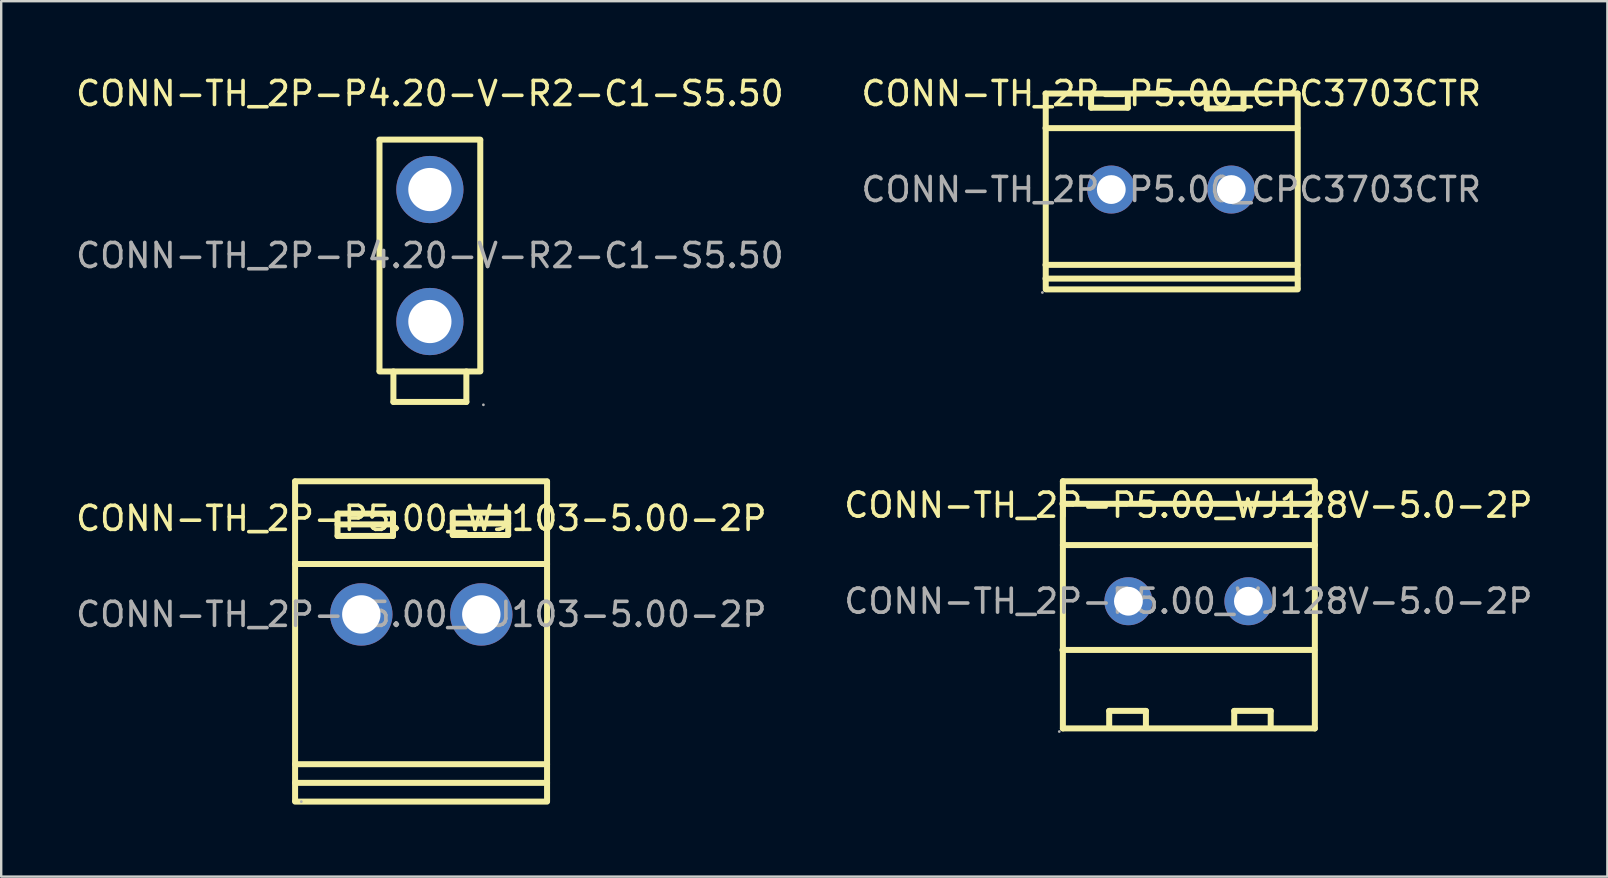
<source format=kicad_pcb>
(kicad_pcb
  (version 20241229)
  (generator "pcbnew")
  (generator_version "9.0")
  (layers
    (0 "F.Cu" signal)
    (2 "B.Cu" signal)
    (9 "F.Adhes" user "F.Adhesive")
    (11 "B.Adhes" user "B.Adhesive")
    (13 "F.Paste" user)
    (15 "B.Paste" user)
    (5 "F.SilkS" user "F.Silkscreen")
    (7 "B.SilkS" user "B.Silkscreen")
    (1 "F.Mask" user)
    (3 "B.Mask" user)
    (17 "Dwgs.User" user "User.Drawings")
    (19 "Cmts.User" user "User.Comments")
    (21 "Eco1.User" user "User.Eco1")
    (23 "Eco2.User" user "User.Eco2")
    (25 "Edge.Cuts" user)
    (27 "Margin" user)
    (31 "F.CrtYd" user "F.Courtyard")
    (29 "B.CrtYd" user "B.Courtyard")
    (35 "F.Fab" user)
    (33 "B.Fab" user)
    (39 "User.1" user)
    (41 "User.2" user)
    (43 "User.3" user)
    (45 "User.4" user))
  (footprint "CONN-TH_2P-P5.00_WJ103-5.00-2P"
    (layer "F.Cu")
    (at 14.506 22.553)
    (property "Reference" "CONN-TH_2P-P5.00_WJ103-5.00-2P" (at 0 -4 0) (layer "F.SilkS") (effects (font (size 1 1) (thickness 0.15))))
    (attr through_hole)
    (fp_line (start -5.26 -5.55) (end 5.24 -5.55) (stroke (width 0.25) (type solid)) (layer "F.SilkS"))
    (fp_line (start -5.26 -5.54) (end -5.26 7.76) (stroke (width 0.25) (type solid)) (layer "F.SilkS"))
    (fp_line (start -5.26 -2.1) (end 5.24 -2.1) (stroke (width 0.25) (type solid)) (layer "F.SilkS"))
    (fp_line (start -5.26 6.24) (end 5.24 6.24) (stroke (width 0.25) (type solid)) (layer "F.SilkS"))
    (fp_line (start -5.26 7.02) (end 5.24 7.02) (stroke (width 0.25) (type solid)) (layer "F.SilkS"))
    (fp_line (start -5.26 7.8) (end 5.24 7.8) (stroke (width 0.25) (type solid)) (layer "F.SilkS"))
    (fp_line (start -3.49 -4.2) (end -3.49 -3.27) (stroke (width 0.25) (type solid)) (layer "F.SilkS"))
    (fp_line (start -3.49 -3.75) (end -1.18 -3.75) (stroke (width 0.25) (type solid)) (layer "F.SilkS"))
    (fp_line (start -3.49 -3.27) (end -1.18 -3.27) (stroke (width 0.25) (type solid)) (layer "F.SilkS"))
    (fp_line (start -3.46 -4.2) (end -3.49 -4.17) (stroke (width 0.25) (type solid)) (layer "F.SilkS"))
    (fp_line (start -1.18 -4.2) (end -3.46 -4.2) (stroke (width 0.25) (type solid)) (layer "F.SilkS"))
    (fp_line (start -1.18 -3.27) (end -1.18 -4.2) (stroke (width 0.25) (type solid)) (layer "F.SilkS"))
    (fp_line (start 1.31 -4.24) (end 1.31 -3.31) (stroke (width 0.25) (type solid)) (layer "F.SilkS"))
    (fp_line (start 1.31 -3.79) (end 3.62 -3.79) (stroke (width 0.25) (type solid)) (layer "F.SilkS"))
    (fp_line (start 1.31 -3.31) (end 3.62 -3.31) (stroke (width 0.25) (type solid)) (layer "F.SilkS"))
    (fp_line (start 1.34 -4.24) (end 1.31 -4.21) (stroke (width 0.25) (type solid)) (layer "F.SilkS"))
    (fp_line (start 3.62 -4.24) (end 1.34 -4.24) (stroke (width 0.25) (type solid)) (layer "F.SilkS"))
    (fp_line (start 3.62 -3.31) (end 3.62 -4.24) (stroke (width 0.25) (type solid)) (layer "F.SilkS"))
    (fp_line (start 5.24 -5.53) (end 5.24 7.77) (stroke (width 0.25) (type solid)) (layer "F.SilkS"))
    (fp_circle (center -5 7.8) (end -4.97 7.8) (stroke (width 0.06) (type solid)) (fill no) (layer "F.Fab"))
    (fp_text user "${REFERENCE}" (at 0 0 0) (layer "F.Fab") (effects (font (size 1 1) (thickness 0.15))))
    (pad "1" thru_hole circle (at -2.5 0) (size 2.6 2.6) (drill 1.6) (layers "*.Cu" "*.Paste" "*.Mask"))
    (pad "2" thru_hole circle (at 2.5 0) (size 2.6 2.6) (drill 1.6) (layers "*.Cu" "*.Paste" "*.Mask")))
  (footprint "CONN-TH_2P-P5.00_CPC3703CTR"
    (layer "F.Cu")
    (at 45.756 4.848)
    (property "Reference" "CONN-TH_2P-P5.00_CPC3703CTR" (at 0 -4 0) (layer "F.SilkS") (effects (font (size 1 1) (thickness 0.15))))
    (attr through_hole)
    (fp_line (start -5.24 -4) (end 5.26 -4) (stroke (width 0.25) (type solid)) (layer "F.SilkS"))
    (fp_line (start -5.24 -2.56) (end 5.26 -2.56) (stroke (width 0.25) (type solid)) (layer "F.SilkS"))
    (fp_line (start -5.24 3.14) (end 5.26 3.14) (stroke (width 0.25) (type solid)) (layer "F.SilkS"))
    (fp_line (start -5.24 3.71) (end 5.26 3.71) (stroke (width 0.25) (type solid)) (layer "F.SilkS"))
    (fp_line (start -5.23 -4) (end -5.23 4.1) (stroke (width 0.25) (type solid)) (layer "F.SilkS"))
    (fp_line (start -5.23 4.16) (end 5.27 4.16) (stroke (width 0.25) (type solid)) (layer "F.SilkS"))
    (fp_line (start -3.34 -3.95) (end -3.34 -3.41) (stroke (width 0.25) (type solid)) (layer "F.SilkS"))
    (fp_line (start -3.34 -3.41) (end -1.81 -3.41) (stroke (width 0.25) (type solid)) (layer "F.SilkS"))
    (fp_line (start -1.81 -3.41) (end -1.81 -3.95) (stroke (width 0.25) (type solid)) (layer "F.SilkS"))
    (fp_line (start 1.48 -3.92) (end 1.48 -3.38) (stroke (width 0.25) (type solid)) (layer "F.SilkS"))
    (fp_line (start 1.48 -3.38) (end 3.01 -3.38) (stroke (width 0.25) (type solid)) (layer "F.SilkS"))
    (fp_line (start 3.01 -3.38) (end 3.01 -3.92) (stroke (width 0.25) (type solid)) (layer "F.SilkS"))
    (fp_line (start 5.27 -4) (end 5.27 4.1) (stroke (width 0.25) (type solid)) (layer "F.SilkS"))
    (fp_circle (center -5.37 4.29) (end -5.34 4.29) (stroke (width 0.06) (type solid)) (fill no) (layer "F.Fab"))
    (fp_circle (center -2.5 0) (end -2.25 0) (stroke (width 0.5) (type solid)) (fill no) (layer "F.Fab"))
    (fp_circle (center 2.5 0) (end 2.75 0) (stroke (width 0.5) (type solid)) (fill no) (layer "F.Fab"))
    (fp_text user "${REFERENCE}" (at 0 0 0) (layer "F.Fab") (effects (font (size 1 1) (thickness 0.15))))
    (pad "1" thru_hole circle (at -2.5 0) (size 2 2) (drill 1.2) (layers "*.Cu" "*.Paste" "*.Mask"))
    (pad "2" thru_hole circle (at 2.5 0) (size 2 2) (drill 1.2) (layers "*.Cu" "*.Paste" "*.Mask")))
  (footprint "CONN-TH_2P-P4.20-V-R2-C1-S5.50"
    (layer "F.Cu")
    (at 14.863 7.598)
    (property "Reference" "CONN-TH_2P-P4.20-V-R2-C1-S5.50" (at 0 -6.75 0) (layer "F.SilkS") (effects (font (size 1 1) (thickness 0.15))))
    (attr through_hole)
    (fp_line (start -2.1 -4.83) (end 2.1 -4.83) (stroke (width 0.25) (type solid)) (layer "F.SilkS"))
    (fp_line (start -2.1 -4.8) (end -2.1 4.8) (stroke (width 0.25) (type solid)) (layer "F.SilkS"))
    (fp_line (start -2.1 4.83) (end 2.1 4.83) (stroke (width 0.25) (type solid)) (layer "F.SilkS"))
    (fp_line (start -1.52 4.83) (end -1.52 6.1) (stroke (width 0.25) (type solid)) (layer "F.SilkS"))
    (fp_line (start -1.52 6.1) (end 1.52 6.1) (stroke (width 0.25) (type solid)) (layer "F.SilkS"))
    (fp_line (start 1.52 6.1) (end 1.52 4.83) (stroke (width 0.25) (type solid)) (layer "F.SilkS"))
    (fp_line (start 2.1 -4.8) (end 2.1 4.8) (stroke (width 0.25) (type solid)) (layer "F.SilkS"))
    (fp_circle (center 0 -2.75) (end 0.4 -2.75) (stroke (width 0.8) (type solid)) (fill no) (layer "F.Fab"))
    (fp_circle (center 0 2.75) (end 0.4 2.75) (stroke (width 0.8) (type solid)) (fill no) (layer "F.Fab"))
    (fp_circle (center 2.23 6.22) (end 2.26 6.22) (stroke (width 0.06) (type solid)) (fill no) (layer "F.Fab"))
    (fp_text user "${REFERENCE}" (at 0 0 0) (layer "F.Fab") (effects (font (size 1 1) (thickness 0.15))))
    (pad "1" thru_hole circle (at 0 2.75) (size 2.8 2.8) (drill 1.8) (layers "*.Cu" "*.Paste" "*.Mask"))
    (pad "2" thru_hole circle (at 0 -2.75) (size 2.8 2.8) (drill 1.8) (layers "*.Cu" "*.Paste" "*.Mask")))
  (footprint "CONN-TH_2P-P5.00_WJ128V-5.0-2P"
    (layer "F.Cu")
    (at 46.47 22.003)
    (property "Reference" "CONN-TH_2P-P5.00_WJ128V-5.0-2P" (at 0 -4 0) (layer "F.SilkS") (effects (font (size 1 1) (thickness 0.15))))
    (attr through_hole)
    (fp_line (start -5.25 -4.06) (end 5.25 -4.06) (stroke (width 0.25) (type solid)) (layer "F.SilkS"))
    (fp_line (start -5.25 2.03) (end 5.25 2.03) (stroke (width 0.25) (type solid)) (layer "F.SilkS"))
    (fp_line (start -5.23 -5) (end -5.23 5.3) (stroke (width 0.25) (type solid)) (layer "F.SilkS"))
    (fp_line (start -5.23 -5) (end 5.27 -5) (stroke (width 0.25) (type solid)) (layer "F.SilkS"))
    (fp_line (start -5.23 -2.34) (end 5.27 -2.34) (stroke (width 0.25) (type solid)) (layer "F.SilkS"))
    (fp_line (start -5.23 5.3) (end 5.27 5.3) (stroke (width 0.25) (type solid)) (layer "F.SilkS"))
    (fp_line (start -3.3 4.57) (end -1.77 4.57) (stroke (width 0.25) (type solid)) (layer "F.SilkS"))
    (fp_line (start -3.3 5.21) (end -3.3 4.57) (stroke (width 0.25) (type solid)) (layer "F.SilkS"))
    (fp_line (start -1.77 4.57) (end -1.77 5.21) (stroke (width 0.25) (type solid)) (layer "F.SilkS"))
    (fp_line (start 1.91 4.57) (end 3.43 4.57) (stroke (width 0.25) (type solid)) (layer "F.SilkS"))
    (fp_line (start 1.91 5.21) (end 1.91 4.57) (stroke (width 0.25) (type solid)) (layer "F.SilkS"))
    (fp_line (start 3.43 4.57) (end 3.43 5.21) (stroke (width 0.25) (type solid)) (layer "F.SilkS"))
    (fp_line (start 5.27 -5) (end 5.27 5.3) (stroke (width 0.25) (type solid)) (layer "F.SilkS"))
    (fp_circle (center -5.38 5.43) (end -5.35 5.43) (stroke (width 0.06) (type solid)) (fill no) (layer "F.Fab"))
    (fp_circle (center -2.5 0) (end -2.25 0) (stroke (width 0.5) (type solid)) (fill no) (layer "F.Fab"))
    (fp_circle (center 2.5 0) (end 2.75 0) (stroke (width 0.5) (type solid)) (fill no) (layer "F.Fab"))
    (fp_text user "${REFERENCE}" (at 0 0 0) (layer "F.Fab") (effects (font (size 1 1) (thickness 0.15))))
    (pad "1" thru_hole circle (at -2.5 0) (size 2 2) (drill 1.2) (layers "*.Cu" "*.Paste" "*.Mask"))
    (pad "2" thru_hole circle (at 2.5 0) (size 2 2) (drill 1.2) (layers "*.Cu" "*.Paste" "*.Mask")))
  (gr_rect
    (start -3 -3)
    (end 63.929 33.478)
    (stroke (width 0.1) (type default))
    (fill no)
    (layer "Edge.Cuts")))
</source>
